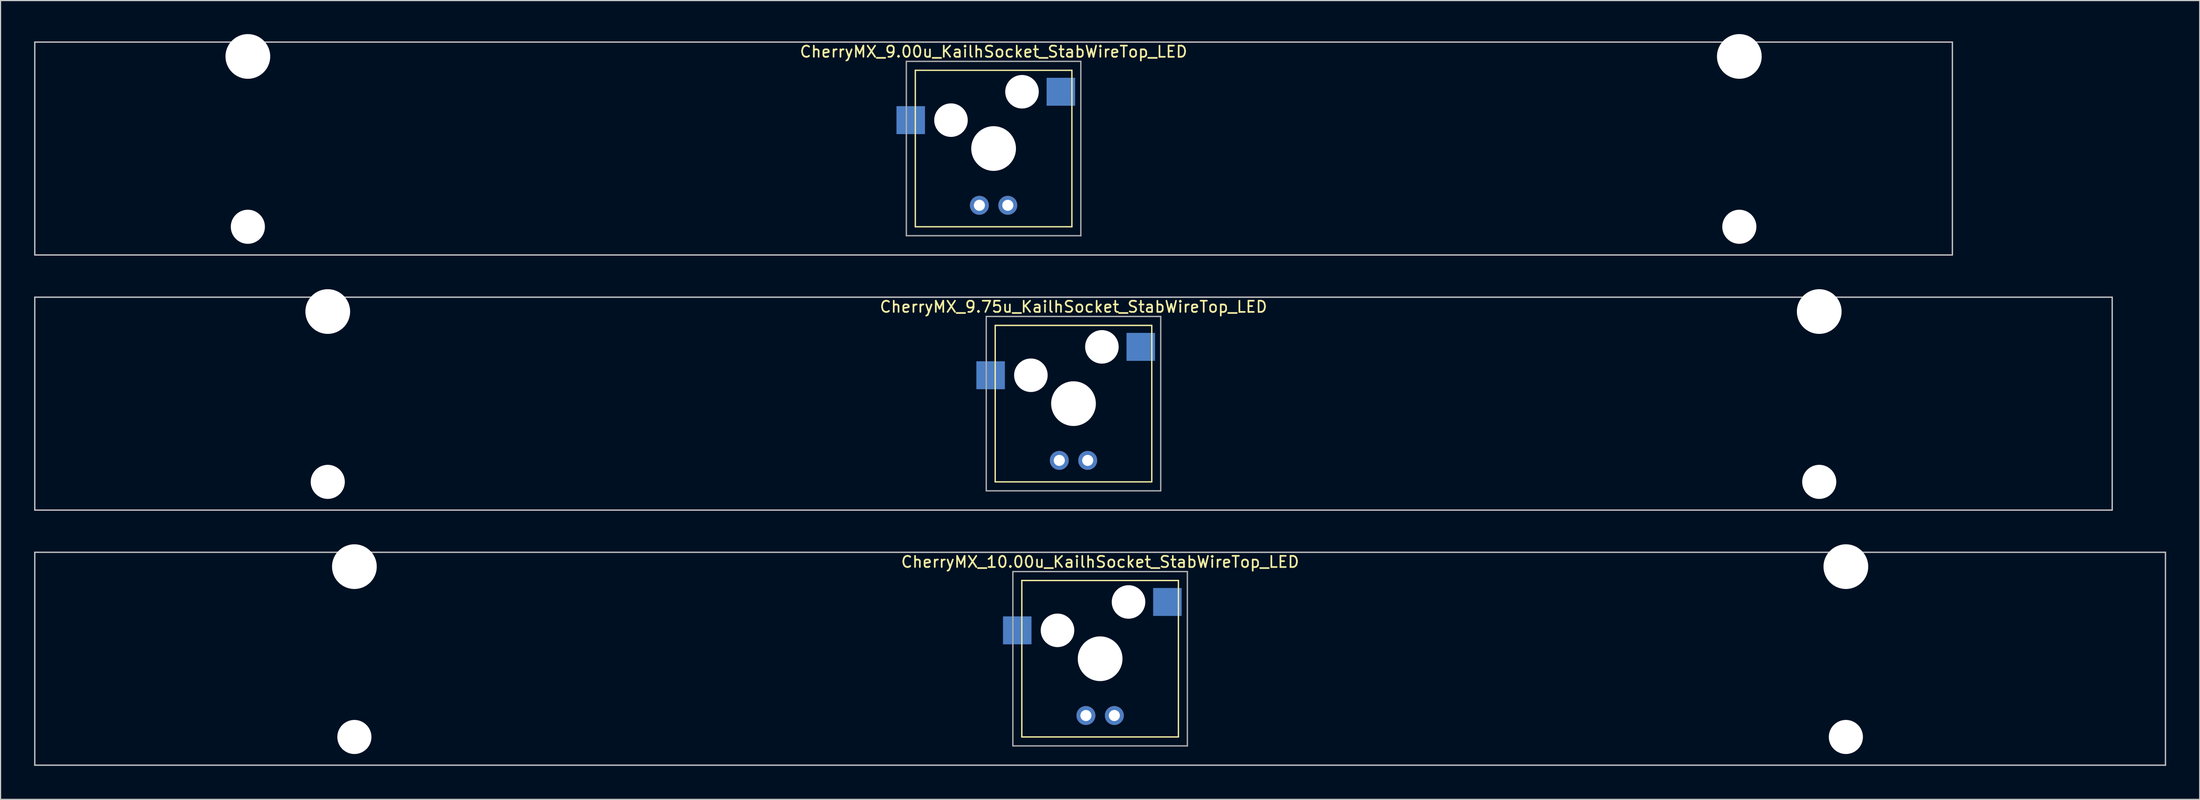
<source format=kicad_pcb>
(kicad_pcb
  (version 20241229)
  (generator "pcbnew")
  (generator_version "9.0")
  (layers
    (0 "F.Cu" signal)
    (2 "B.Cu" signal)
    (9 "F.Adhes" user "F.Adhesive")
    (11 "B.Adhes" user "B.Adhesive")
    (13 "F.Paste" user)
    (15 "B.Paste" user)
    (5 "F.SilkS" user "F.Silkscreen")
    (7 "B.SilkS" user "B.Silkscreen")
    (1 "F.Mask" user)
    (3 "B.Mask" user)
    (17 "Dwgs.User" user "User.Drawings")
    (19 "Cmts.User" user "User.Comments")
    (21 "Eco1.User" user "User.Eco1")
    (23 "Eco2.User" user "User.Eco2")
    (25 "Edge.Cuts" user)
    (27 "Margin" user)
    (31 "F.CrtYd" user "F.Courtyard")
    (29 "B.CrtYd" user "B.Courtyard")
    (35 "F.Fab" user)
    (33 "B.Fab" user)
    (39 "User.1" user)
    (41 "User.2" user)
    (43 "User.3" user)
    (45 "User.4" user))
  (footprint "CherryMX_10.00u_KailhSocket_StabWireTop_LED"
    (layer "F.Cu")
    (at 95.31 55.89)
    (property "Reference" "CherryMX_10.00u_KailhSocket_StabWireTop_LED" (at 0 -8.662 0) (layer "F.SilkS") (effects (font (size 1 1) (thickness 0.15))))
    (attr through_hole)
    (fp_line (start -7 -7) (end -7 7) (stroke (width 0.12) (type solid)) (layer "F.SilkS"))
    (fp_line (start -7 -7) (end 7 -7) (stroke (width 0.12) (type solid)) (layer "F.SilkS"))
    (fp_line (start 7 -7) (end 7 7) (stroke (width 0.12) (type solid)) (layer "F.SilkS"))
    (fp_line (start 7 7) (end -7 7) (stroke (width 0.12) (type solid)) (layer "F.SilkS"))
    (fp_line (start -95.25 -9.525) (end 95.25 -9.525) (stroke (width 0.12) (type solid)) (layer "Dwgs.User"))
    (fp_line (start -95.25 9.525) (end -95.25 -9.525) (stroke (width 0.12) (type solid)) (layer "Dwgs.User"))
    (fp_line (start 95.25 -9.525) (end 95.25 9.525) (stroke (width 0.12) (type solid)) (layer "Dwgs.User"))
    (fp_line (start 95.25 9.525) (end -95.25 9.525) (stroke (width 0.12) (type solid)) (layer "Dwgs.User"))
    (fp_line (start -7.8 -7.8) (end -7.8 7.8) (stroke (width 0.12) (type solid)) (layer "F.Fab"))
    (fp_line (start -7.8 -7.8) (end 7.8 -7.8) (stroke (width 0.12) (type solid)) (layer "F.Fab"))
    (fp_line (start -7.8 7.8) (end 7.8 7.8) (stroke (width 0.12) (type solid)) (layer "F.Fab"))
    (fp_line (start 7.8 -7.8) (end 7.8 7.8) (stroke (width 0.12) (type solid)) (layer "F.Fab"))
    (pad "" np_thru_hole circle (at -66.675 -8.24) (size 4 4) (drill 4) (layers "*.Cu" "*.Mask"))
    (pad "" np_thru_hole circle (at -66.675 7) (size 3.05 3.05) (drill 3.05) (layers "*.Cu" "*.Mask"))
    (pad "" np_thru_hole circle (at -3.81 -2.54) (size 3 3) (drill 3) (layers "*.Cu" "*.Mask"))
    (pad "" np_thru_hole circle (at 0 0) (size 4 4) (drill 4) (layers "*.Cu" "*.Mask"))
    (pad "" np_thru_hole circle (at 2.54 -5.08) (size 3 3) (drill 3) (layers "*.Cu" "*.Mask"))
    (pad "" np_thru_hole circle (at 66.675 -8.24) (size 4 4) (drill 4) (layers "*.Cu" "*.Mask"))
    (pad "" np_thru_hole circle (at 66.675 7) (size 3.05 3.05) (drill 3.05) (layers "*.Cu" "*.Mask"))
    (pad "1" smd rect (at -7.41 -2.54) (size 2.55 2.5) (layers "B.Cu" "B.Mask" "B.Paste"))
    (pad "2" smd rect (at 6.015 -5.08) (size 2.55 2.5) (layers "B.Cu" "B.Mask" "B.Paste"))
    (pad "3" thru_hole circle (at -1.27 5.08) (size 1.691 1.691) (drill 0.991) (layers "*.Cu" "*.Mask"))
    (pad "4" thru_hole circle (at 1.27 5.08) (size 1.691 1.691) (drill 0.991) (layers "*.Cu" "*.Mask")))
  (footprint "CherryMX_9.00u_KailhSocket_StabWireTop_LED"
    (layer "F.Cu")
    (at 85.785 10.24)
    (property "Reference" "CherryMX_9.00u_KailhSocket_StabWireTop_LED" (at 0 -8.662 0) (layer "F.SilkS") (effects (font (size 1 1) (thickness 0.15))))
    (attr through_hole)
    (fp_line (start -7 -7) (end -7 7) (stroke (width 0.12) (type solid)) (layer "F.SilkS"))
    (fp_line (start -7 -7) (end 7 -7) (stroke (width 0.12) (type solid)) (layer "F.SilkS"))
    (fp_line (start 7 -7) (end 7 7) (stroke (width 0.12) (type solid)) (layer "F.SilkS"))
    (fp_line (start 7 7) (end -7 7) (stroke (width 0.12) (type solid)) (layer "F.SilkS"))
    (fp_line (start -85.725 -9.525) (end 85.725 -9.525) (stroke (width 0.12) (type solid)) (layer "Dwgs.User"))
    (fp_line (start -85.725 9.525) (end -85.725 -9.525) (stroke (width 0.12) (type solid)) (layer "Dwgs.User"))
    (fp_line (start 85.725 -9.525) (end 85.725 9.525) (stroke (width 0.12) (type solid)) (layer "Dwgs.User"))
    (fp_line (start 85.725 9.525) (end -85.725 9.525) (stroke (width 0.12) (type solid)) (layer "Dwgs.User"))
    (fp_line (start -7.8 -7.8) (end -7.8 7.8) (stroke (width 0.12) (type solid)) (layer "F.Fab"))
    (fp_line (start -7.8 -7.8) (end 7.8 -7.8) (stroke (width 0.12) (type solid)) (layer "F.Fab"))
    (fp_line (start -7.8 7.8) (end 7.8 7.8) (stroke (width 0.12) (type solid)) (layer "F.Fab"))
    (fp_line (start 7.8 -7.8) (end 7.8 7.8) (stroke (width 0.12) (type solid)) (layer "F.Fab"))
    (pad "" np_thru_hole circle (at -66.675 -8.24) (size 4 4) (drill 4) (layers "*.Cu" "*.Mask"))
    (pad "" np_thru_hole circle (at -66.675 7) (size 3.05 3.05) (drill 3.05) (layers "*.Cu" "*.Mask"))
    (pad "" np_thru_hole circle (at -3.81 -2.54) (size 3 3) (drill 3) (layers "*.Cu" "*.Mask"))
    (pad "" np_thru_hole circle (at 0 0) (size 4 4) (drill 4) (layers "*.Cu" "*.Mask"))
    (pad "" np_thru_hole circle (at 2.54 -5.08) (size 3 3) (drill 3) (layers "*.Cu" "*.Mask"))
    (pad "" np_thru_hole circle (at 66.675 -8.24) (size 4 4) (drill 4) (layers "*.Cu" "*.Mask"))
    (pad "" np_thru_hole circle (at 66.675 7) (size 3.05 3.05) (drill 3.05) (layers "*.Cu" "*.Mask"))
    (pad "1" smd rect (at -7.41 -2.54) (size 2.55 2.5) (layers "B.Cu" "B.Mask" "B.Paste"))
    (pad "2" smd rect (at 6.015 -5.08) (size 2.55 2.5) (layers "B.Cu" "B.Mask" "B.Paste"))
    (pad "3" thru_hole circle (at -1.27 5.08) (size 1.691 1.691) (drill 0.991) (layers "*.Cu" "*.Mask"))
    (pad "4" thru_hole circle (at 1.27 5.08) (size 1.691 1.691) (drill 0.991) (layers "*.Cu" "*.Mask")))
  (footprint "CherryMX_9.75u_KailhSocket_StabWireTop_LED"
    (layer "F.Cu")
    (at 92.929 33.065)
    (property "Reference" "CherryMX_9.75u_KailhSocket_StabWireTop_LED" (at 0 -8.662 0) (layer "F.SilkS") (effects (font (size 1 1) (thickness 0.15))))
    (attr through_hole)
    (fp_line (start -7 -7) (end -7 7) (stroke (width 0.12) (type solid)) (layer "F.SilkS"))
    (fp_line (start -7 -7) (end 7 -7) (stroke (width 0.12) (type solid)) (layer "F.SilkS"))
    (fp_line (start 7 -7) (end 7 7) (stroke (width 0.12) (type solid)) (layer "F.SilkS"))
    (fp_line (start 7 7) (end -7 7) (stroke (width 0.12) (type solid)) (layer "F.SilkS"))
    (fp_line (start -92.869 -9.525) (end 92.869 -9.525) (stroke (width 0.12) (type solid)) (layer "Dwgs.User"))
    (fp_line (start -92.869 9.525) (end -92.869 -9.525) (stroke (width 0.12) (type solid)) (layer "Dwgs.User"))
    (fp_line (start 92.869 -9.525) (end 92.869 9.525) (stroke (width 0.12) (type solid)) (layer "Dwgs.User"))
    (fp_line (start 92.869 9.525) (end -92.869 9.525) (stroke (width 0.12) (type solid)) (layer "Dwgs.User"))
    (fp_line (start -7.8 -7.8) (end -7.8 7.8) (stroke (width 0.12) (type solid)) (layer "F.Fab"))
    (fp_line (start -7.8 -7.8) (end 7.8 -7.8) (stroke (width 0.12) (type solid)) (layer "F.Fab"))
    (fp_line (start -7.8 7.8) (end 7.8 7.8) (stroke (width 0.12) (type solid)) (layer "F.Fab"))
    (fp_line (start 7.8 -7.8) (end 7.8 7.8) (stroke (width 0.12) (type solid)) (layer "F.Fab"))
    (pad "" np_thru_hole circle (at -66.675 -8.24) (size 4 4) (drill 4) (layers "*.Cu" "*.Mask"))
    (pad "" np_thru_hole circle (at -66.675 7) (size 3.05 3.05) (drill 3.05) (layers "*.Cu" "*.Mask"))
    (pad "" np_thru_hole circle (at -3.81 -2.54) (size 3 3) (drill 3) (layers "*.Cu" "*.Mask"))
    (pad "" np_thru_hole circle (at 0 0) (size 4 4) (drill 4) (layers "*.Cu" "*.Mask"))
    (pad "" np_thru_hole circle (at 2.54 -5.08) (size 3 3) (drill 3) (layers "*.Cu" "*.Mask"))
    (pad "" np_thru_hole circle (at 66.675 -8.24) (size 4 4) (drill 4) (layers "*.Cu" "*.Mask"))
    (pad "" np_thru_hole circle (at 66.675 7) (size 3.05 3.05) (drill 3.05) (layers "*.Cu" "*.Mask"))
    (pad "1" smd rect (at -7.41 -2.54) (size 2.55 2.5) (layers "B.Cu" "B.Mask" "B.Paste"))
    (pad "2" smd rect (at 6.015 -5.08) (size 2.55 2.5) (layers "B.Cu" "B.Mask" "B.Paste"))
    (pad "3" thru_hole circle (at -1.27 5.08) (size 1.691 1.691) (drill 0.991) (layers "*.Cu" "*.Mask"))
    (pad "4" thru_hole circle (at 1.27 5.08) (size 1.691 1.691) (drill 0.991) (layers "*.Cu" "*.Mask")))
  (gr_rect
    (start -3 -3)
    (end 193.62 68.475)
    (stroke (width 0.1) (type default))
    (fill no)
    (layer "Edge.Cuts")))
</source>
